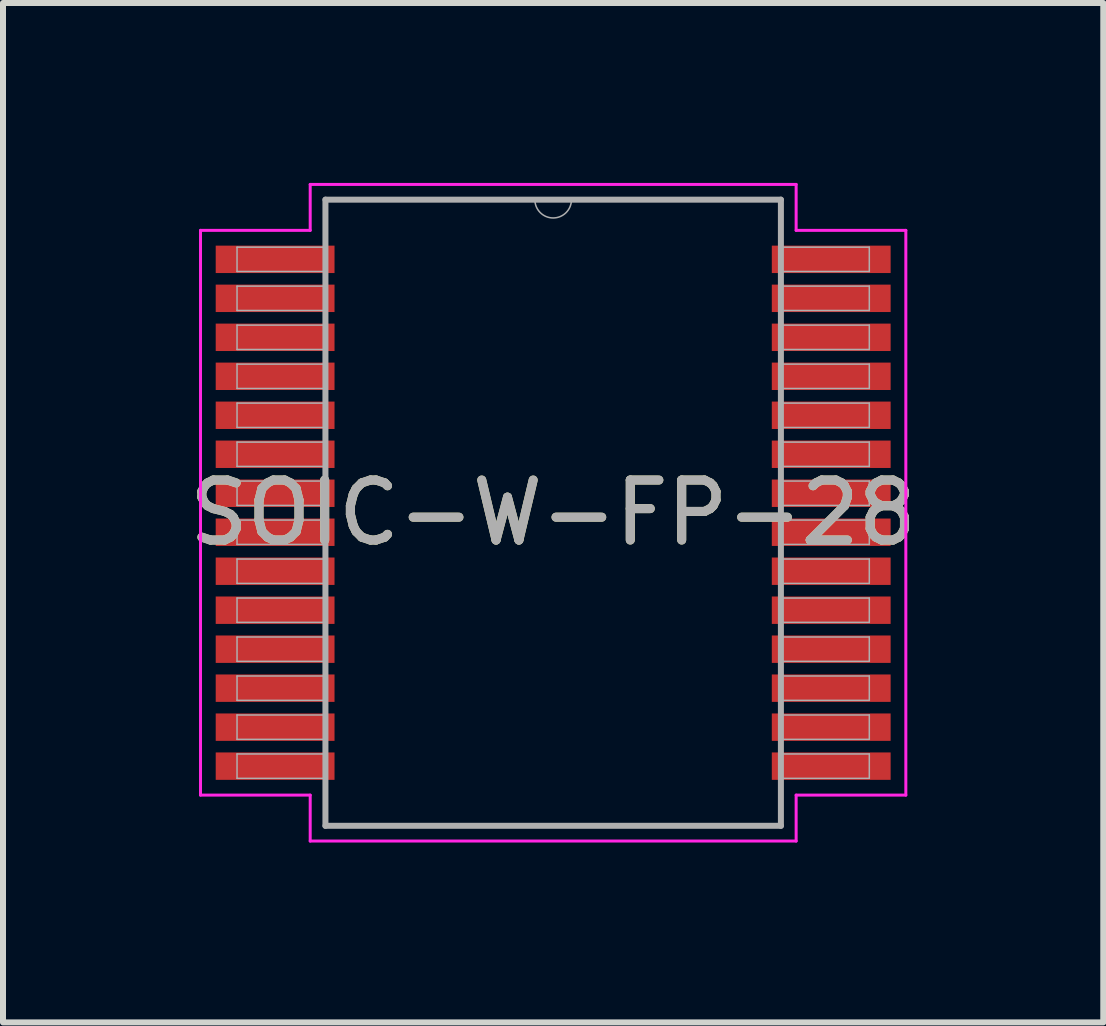
<source format=kicad_pcb>
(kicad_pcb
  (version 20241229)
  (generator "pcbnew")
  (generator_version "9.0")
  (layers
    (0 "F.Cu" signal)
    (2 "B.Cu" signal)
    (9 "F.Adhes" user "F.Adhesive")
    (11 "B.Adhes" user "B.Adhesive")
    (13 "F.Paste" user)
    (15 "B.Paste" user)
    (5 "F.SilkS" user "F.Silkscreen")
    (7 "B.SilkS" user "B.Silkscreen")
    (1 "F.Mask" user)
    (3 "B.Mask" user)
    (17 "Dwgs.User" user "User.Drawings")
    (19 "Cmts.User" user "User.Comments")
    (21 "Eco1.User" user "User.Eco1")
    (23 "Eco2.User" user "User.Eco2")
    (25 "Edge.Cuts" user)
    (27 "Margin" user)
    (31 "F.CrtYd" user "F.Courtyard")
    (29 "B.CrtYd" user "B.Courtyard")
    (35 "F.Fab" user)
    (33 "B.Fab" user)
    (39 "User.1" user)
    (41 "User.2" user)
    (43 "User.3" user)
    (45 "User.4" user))
  (footprint "SOIC-W-FP-28"
    (layer "F.Cu")
    (at 6.173 5.499)
    (property "Reference" "SOIC-W-FP-28" (at 0 0 0) (unlocked yes) (layer "F.SilkS") (effects (font (size 1 1) (thickness 0.15))))
    (attr smd)
    (fp_line (start -5.88 -4.708) (end -4.051 -4.708) (stroke (width 0.05) (type solid)) (layer "F.CrtYd"))
    (fp_line (start -5.88 4.708) (end -5.88 -4.708) (stroke (width 0.05) (type solid)) (layer "F.CrtYd"))
    (fp_line (start -5.88 4.708) (end -4.051 4.708) (stroke (width 0.05) (type solid)) (layer "F.CrtYd"))
    (fp_line (start -4.051 -5.474) (end 4.051 -5.474) (stroke (width 0.05) (type solid)) (layer "F.CrtYd"))
    (fp_line (start -4.051 -4.708) (end -4.051 -5.474) (stroke (width 0.05) (type solid)) (layer "F.CrtYd"))
    (fp_line (start -4.051 5.474) (end -4.051 4.708) (stroke (width 0.05) (type solid)) (layer "F.CrtYd"))
    (fp_line (start 4.051 -5.474) (end 4.051 -4.708) (stroke (width 0.05) (type solid)) (layer "F.CrtYd"))
    (fp_line (start 4.051 4.708) (end 4.051 5.474) (stroke (width 0.05) (type solid)) (layer "F.CrtYd"))
    (fp_line (start 4.051 5.474) (end -4.051 5.474) (stroke (width 0.05) (type solid)) (layer "F.CrtYd"))
    (fp_line (start 5.88 -4.708) (end 4.051 -4.708) (stroke (width 0.05) (type solid)) (layer "F.CrtYd"))
    (fp_line (start 5.88 -4.708) (end 5.88 4.708) (stroke (width 0.05) (type solid)) (layer "F.CrtYd"))
    (fp_line (start 5.88 4.708) (end 4.051 4.708) (stroke (width 0.05) (type solid)) (layer "F.CrtYd"))
    (fp_line (start -5.271 -4.428) (end -5.271 -4.022) (stroke (width 0.025) (type solid)) (layer "F.Fab"))
    (fp_line (start -5.271 -4.022) (end -3.797 -4.022) (stroke (width 0.025) (type solid)) (layer "F.Fab"))
    (fp_line (start -5.271 -3.778) (end -5.271 -3.372) (stroke (width 0.025) (type solid)) (layer "F.Fab"))
    (fp_line (start -5.271 -3.372) (end -3.797 -3.372) (stroke (width 0.025) (type solid)) (layer "F.Fab"))
    (fp_line (start -5.271 -3.128) (end -5.271 -2.722) (stroke (width 0.025) (type solid)) (layer "F.Fab"))
    (fp_line (start -5.271 -2.722) (end -3.797 -2.722) (stroke (width 0.025) (type solid)) (layer "F.Fab"))
    (fp_line (start -5.271 -2.478) (end -5.271 -2.072) (stroke (width 0.025) (type solid)) (layer "F.Fab"))
    (fp_line (start -5.271 -2.072) (end -3.797 -2.072) (stroke (width 0.025) (type solid)) (layer "F.Fab"))
    (fp_line (start -5.271 -1.828) (end -5.271 -1.422) (stroke (width 0.025) (type solid)) (layer "F.Fab"))
    (fp_line (start -5.271 -1.422) (end -3.797 -1.422) (stroke (width 0.025) (type solid)) (layer "F.Fab"))
    (fp_line (start -5.271 -1.178) (end -5.271 -0.772) (stroke (width 0.025) (type solid)) (layer "F.Fab"))
    (fp_line (start -5.271 -0.772) (end -3.797 -0.772) (stroke (width 0.025) (type solid)) (layer "F.Fab"))
    (fp_line (start -5.271 -0.528) (end -5.271 -0.122) (stroke (width 0.025) (type solid)) (layer "F.Fab"))
    (fp_line (start -5.271 -0.122) (end -3.797 -0.122) (stroke (width 0.025) (type solid)) (layer "F.Fab"))
    (fp_line (start -5.271 0.122) (end -5.271 0.528) (stroke (width 0.025) (type solid)) (layer "F.Fab"))
    (fp_line (start -5.271 0.528) (end -3.797 0.528) (stroke (width 0.025) (type solid)) (layer "F.Fab"))
    (fp_line (start -5.271 0.772) (end -5.271 1.178) (stroke (width 0.025) (type solid)) (layer "F.Fab"))
    (fp_line (start -5.271 1.178) (end -3.797 1.178) (stroke (width 0.025) (type solid)) (layer "F.Fab"))
    (fp_line (start -5.271 1.422) (end -5.271 1.828) (stroke (width 0.025) (type solid)) (layer "F.Fab"))
    (fp_line (start -5.271 1.828) (end -3.797 1.828) (stroke (width 0.025) (type solid)) (layer "F.Fab"))
    (fp_line (start -5.271 2.072) (end -5.271 2.478) (stroke (width 0.025) (type solid)) (layer "F.Fab"))
    (fp_line (start -5.271 2.478) (end -3.797 2.478) (stroke (width 0.025) (type solid)) (layer "F.Fab"))
    (fp_line (start -5.271 2.722) (end -5.271 3.128) (stroke (width 0.025) (type solid)) (layer "F.Fab"))
    (fp_line (start -5.271 3.128) (end -3.797 3.128) (stroke (width 0.025) (type solid)) (layer "F.Fab"))
    (fp_line (start -5.271 3.372) (end -5.271 3.778) (stroke (width 0.025) (type solid)) (layer "F.Fab"))
    (fp_line (start -5.271 3.778) (end -3.797 3.778) (stroke (width 0.025) (type solid)) (layer "F.Fab"))
    (fp_line (start -5.271 4.022) (end -5.271 4.428) (stroke (width 0.025) (type solid)) (layer "F.Fab"))
    (fp_line (start -5.271 4.428) (end -3.797 4.428) (stroke (width 0.025) (type solid)) (layer "F.Fab"))
    (fp_line (start -3.797 -5.22) (end -3.797 5.22) (stroke (width 0.1) (type solid)) (layer "F.Fab"))
    (fp_line (start -3.797 -4.428) (end -5.271 -4.428) (stroke (width 0.025) (type solid)) (layer "F.Fab"))
    (fp_line (start -3.797 -4.022) (end -3.797 -4.428) (stroke (width 0.025) (type solid)) (layer "F.Fab"))
    (fp_line (start -3.797 -3.778) (end -5.271 -3.778) (stroke (width 0.025) (type solid)) (layer "F.Fab"))
    (fp_line (start -3.797 -3.372) (end -3.797 -3.778) (stroke (width 0.025) (type solid)) (layer "F.Fab"))
    (fp_line (start -3.797 -3.128) (end -5.271 -3.128) (stroke (width 0.025) (type solid)) (layer "F.Fab"))
    (fp_line (start -3.797 -2.722) (end -3.797 -3.128) (stroke (width 0.025) (type solid)) (layer "F.Fab"))
    (fp_line (start -3.797 -2.478) (end -5.271 -2.478) (stroke (width 0.025) (type solid)) (layer "F.Fab"))
    (fp_line (start -3.797 -2.072) (end -3.797 -2.478) (stroke (width 0.025) (type solid)) (layer "F.Fab"))
    (fp_line (start -3.797 -1.828) (end -5.271 -1.828) (stroke (width 0.025) (type solid)) (layer "F.Fab"))
    (fp_line (start -3.797 -1.422) (end -3.797 -1.828) (stroke (width 0.025) (type solid)) (layer "F.Fab"))
    (fp_line (start -3.797 -1.178) (end -5.271 -1.178) (stroke (width 0.025) (type solid)) (layer "F.Fab"))
    (fp_line (start -3.797 -0.772) (end -3.797 -1.178) (stroke (width 0.025) (type solid)) (layer "F.Fab"))
    (fp_line (start -3.797 -0.528) (end -5.271 -0.528) (stroke (width 0.025) (type solid)) (layer "F.Fab"))
    (fp_line (start -3.797 -0.122) (end -3.797 -0.528) (stroke (width 0.025) (type solid)) (layer "F.Fab"))
    (fp_line (start -3.797 0.122) (end -5.271 0.122) (stroke (width 0.025) (type solid)) (layer "F.Fab"))
    (fp_line (start -3.797 0.528) (end -3.797 0.122) (stroke (width 0.025) (type solid)) (layer "F.Fab"))
    (fp_line (start -3.797 0.772) (end -5.271 0.772) (stroke (width 0.025) (type solid)) (layer "F.Fab"))
    (fp_line (start -3.797 1.178) (end -3.797 0.772) (stroke (width 0.025) (type solid)) (layer "F.Fab"))
    (fp_line (start -3.797 1.422) (end -5.271 1.422) (stroke (width 0.025) (type solid)) (layer "F.Fab"))
    (fp_line (start -3.797 1.828) (end -3.797 1.422) (stroke (width 0.025) (type solid)) (layer "F.Fab"))
    (fp_line (start -3.797 2.072) (end -5.271 2.072) (stroke (width 0.025) (type solid)) (layer "F.Fab"))
    (fp_line (start -3.797 2.478) (end -3.797 2.072) (stroke (width 0.025) (type solid)) (layer "F.Fab"))
    (fp_line (start -3.797 2.722) (end -5.271 2.722) (stroke (width 0.025) (type solid)) (layer "F.Fab"))
    (fp_line (start -3.797 3.128) (end -3.797 2.722) (stroke (width 0.025) (type solid)) (layer "F.Fab"))
    (fp_line (start -3.797 3.372) (end -5.271 3.372) (stroke (width 0.025) (type solid)) (layer "F.Fab"))
    (fp_line (start -3.797 3.778) (end -3.797 3.372) (stroke (width 0.025) (type solid)) (layer "F.Fab"))
    (fp_line (start -3.797 4.022) (end -5.271 4.022) (stroke (width 0.025) (type solid)) (layer "F.Fab"))
    (fp_line (start -3.797 4.428) (end -3.797 4.022) (stroke (width 0.025) (type solid)) (layer "F.Fab"))
    (fp_line (start -3.797 5.22) (end 3.797 5.22) (stroke (width 0.1) (type solid)) (layer "F.Fab"))
    (fp_line (start 3.797 -5.22) (end -3.797 -5.22) (stroke (width 0.1) (type solid)) (layer "F.Fab"))
    (fp_line (start 3.797 -4.428) (end 3.797 -4.022) (stroke (width 0.025) (type solid)) (layer "F.Fab"))
    (fp_line (start 3.797 -4.022) (end 5.271 -4.022) (stroke (width 0.025) (type solid)) (layer "F.Fab"))
    (fp_line (start 3.797 -3.778) (end 3.797 -3.372) (stroke (width 0.025) (type solid)) (layer "F.Fab"))
    (fp_line (start 3.797 -3.372) (end 5.271 -3.372) (stroke (width 0.025) (type solid)) (layer "F.Fab"))
    (fp_line (start 3.797 -3.128) (end 3.797 -2.722) (stroke (width 0.025) (type solid)) (layer "F.Fab"))
    (fp_line (start 3.797 -2.722) (end 5.271 -2.722) (stroke (width 0.025) (type solid)) (layer "F.Fab"))
    (fp_line (start 3.797 -2.478) (end 3.797 -2.072) (stroke (width 0.025) (type solid)) (layer "F.Fab"))
    (fp_line (start 3.797 -2.072) (end 5.271 -2.072) (stroke (width 0.025) (type solid)) (layer "F.Fab"))
    (fp_line (start 3.797 -1.828) (end 3.797 -1.422) (stroke (width 0.025) (type solid)) (layer "F.Fab"))
    (fp_line (start 3.797 -1.422) (end 5.271 -1.422) (stroke (width 0.025) (type solid)) (layer "F.Fab"))
    (fp_line (start 3.797 -1.178) (end 3.797 -0.772) (stroke (width 0.025) (type solid)) (layer "F.Fab"))
    (fp_line (start 3.797 -0.772) (end 5.271 -0.772) (stroke (width 0.025) (type solid)) (layer "F.Fab"))
    (fp_line (start 3.797 -0.528) (end 3.797 -0.122) (stroke (width 0.025) (type solid)) (layer "F.Fab"))
    (fp_line (start 3.797 -0.122) (end 5.271 -0.122) (stroke (width 0.025) (type solid)) (layer "F.Fab"))
    (fp_line (start 3.797 0.122) (end 3.797 0.528) (stroke (width 0.025) (type solid)) (layer "F.Fab"))
    (fp_line (start 3.797 0.528) (end 5.271 0.528) (stroke (width 0.025) (type solid)) (layer "F.Fab"))
    (fp_line (start 3.797 0.772) (end 3.797 1.178) (stroke (width 0.025) (type solid)) (layer "F.Fab"))
    (fp_line (start 3.797 1.178) (end 5.271 1.178) (stroke (width 0.025) (type solid)) (layer "F.Fab"))
    (fp_line (start 3.797 1.422) (end 3.797 1.828) (stroke (width 0.025) (type solid)) (layer "F.Fab"))
    (fp_line (start 3.797 1.828) (end 5.271 1.828) (stroke (width 0.025) (type solid)) (layer "F.Fab"))
    (fp_line (start 3.797 2.072) (end 3.797 2.478) (stroke (width 0.025) (type solid)) (layer "F.Fab"))
    (fp_line (start 3.797 2.478) (end 5.271 2.478) (stroke (width 0.025) (type solid)) (layer "F.Fab"))
    (fp_line (start 3.797 2.722) (end 3.797 3.128) (stroke (width 0.025) (type solid)) (layer "F.Fab"))
    (fp_line (start 3.797 3.128) (end 5.271 3.128) (stroke (width 0.025) (type solid)) (layer "F.Fab"))
    (fp_line (start 3.797 3.372) (end 3.797 3.778) (stroke (width 0.025) (type solid)) (layer "F.Fab"))
    (fp_line (start 3.797 3.778) (end 5.271 3.778) (stroke (width 0.025) (type solid)) (layer "F.Fab"))
    (fp_line (start 3.797 4.022) (end 3.797 4.428) (stroke (width 0.025) (type solid)) (layer "F.Fab"))
    (fp_line (start 3.797 4.428) (end 5.271 4.428) (stroke (width 0.025) (type solid)) (layer "F.Fab"))
    (fp_line (start 3.797 5.22) (end 3.797 -5.22) (stroke (width 0.1) (type solid)) (layer "F.Fab"))
    (fp_line (start 5.271 -4.428) (end 3.797 -4.428) (stroke (width 0.025) (type solid)) (layer "F.Fab"))
    (fp_line (start 5.271 -4.022) (end 5.271 -4.428) (stroke (width 0.025) (type solid)) (layer "F.Fab"))
    (fp_line (start 5.271 -3.778) (end 3.797 -3.778) (stroke (width 0.025) (type solid)) (layer "F.Fab"))
    (fp_line (start 5.271 -3.372) (end 5.271 -3.778) (stroke (width 0.025) (type solid)) (layer "F.Fab"))
    (fp_line (start 5.271 -3.128) (end 3.797 -3.128) (stroke (width 0.025) (type solid)) (layer "F.Fab"))
    (fp_line (start 5.271 -2.722) (end 5.271 -3.128) (stroke (width 0.025) (type solid)) (layer "F.Fab"))
    (fp_line (start 5.271 -2.478) (end 3.797 -2.478) (stroke (width 0.025) (type solid)) (layer "F.Fab"))
    (fp_line (start 5.271 -2.072) (end 5.271 -2.478) (stroke (width 0.025) (type solid)) (layer "F.Fab"))
    (fp_line (start 5.271 -1.828) (end 3.797 -1.828) (stroke (width 0.025) (type solid)) (layer "F.Fab"))
    (fp_line (start 5.271 -1.422) (end 5.271 -1.828) (stroke (width 0.025) (type solid)) (layer "F.Fab"))
    (fp_line (start 5.271 -1.178) (end 3.797 -1.178) (stroke (width 0.025) (type solid)) (layer "F.Fab"))
    (fp_line (start 5.271 -0.772) (end 5.271 -1.178) (stroke (width 0.025) (type solid)) (layer "F.Fab"))
    (fp_line (start 5.271 -0.528) (end 3.797 -0.528) (stroke (width 0.025) (type solid)) (layer "F.Fab"))
    (fp_line (start 5.271 -0.122) (end 5.271 -0.528) (stroke (width 0.025) (type solid)) (layer "F.Fab"))
    (fp_line (start 5.271 0.122) (end 3.797 0.122) (stroke (width 0.025) (type solid)) (layer "F.Fab"))
    (fp_line (start 5.271 0.528) (end 5.271 0.122) (stroke (width 0.025) (type solid)) (layer "F.Fab"))
    (fp_line (start 5.271 0.772) (end 3.797 0.772) (stroke (width 0.025) (type solid)) (layer "F.Fab"))
    (fp_line (start 5.271 1.178) (end 5.271 0.772) (stroke (width 0.025) (type solid)) (layer "F.Fab"))
    (fp_line (start 5.271 1.422) (end 3.797 1.422) (stroke (width 0.025) (type solid)) (layer "F.Fab"))
    (fp_line (start 5.271 1.828) (end 5.271 1.422) (stroke (width 0.025) (type solid)) (layer "F.Fab"))
    (fp_line (start 5.271 2.072) (end 3.797 2.072) (stroke (width 0.025) (type solid)) (layer "F.Fab"))
    (fp_line (start 5.271 2.478) (end 5.271 2.072) (stroke (width 0.025) (type solid)) (layer "F.Fab"))
    (fp_line (start 5.271 2.722) (end 3.797 2.722) (stroke (width 0.025) (type solid)) (layer "F.Fab"))
    (fp_line (start 5.271 3.128) (end 5.271 2.722) (stroke (width 0.025) (type solid)) (layer "F.Fab"))
    (fp_line (start 5.271 3.372) (end 3.797 3.372) (stroke (width 0.025) (type solid)) (layer "F.Fab"))
    (fp_line (start 5.271 3.778) (end 5.271 3.372) (stroke (width 0.025) (type solid)) (layer "F.Fab"))
    (fp_line (start 5.271 4.022) (end 3.797 4.022) (stroke (width 0.025) (type solid)) (layer "F.Fab"))
    (fp_line (start 5.271 4.428) (end 5.271 4.022) (stroke (width 0.025) (type solid)) (layer "F.Fab"))
    (fp_arc (start 0.3048 -5.2197) (mid 0 -4.9149) (end -0.3048 -5.2197) (stroke (width 0.0254) (type solid)) (layer "F.Fab"))
    (fp_text user "${REFERENCE}" (at 0 0 0) (unlocked yes) (layer "F.Fab") (effects (font (size 1 1) (thickness 0.15))))
    (pad "1" smd rect (at -4.636 -4.225) (size 1.981 0.457) (layers "F.Cu" "F.Mask" "F.Paste"))
    (pad "2" smd rect (at -4.636 -3.575) (size 1.981 0.457) (layers "F.Cu" "F.Mask" "F.Paste"))
    (pad "3" smd rect (at -4.636 -2.925) (size 1.981 0.457) (layers "F.Cu" "F.Mask" "F.Paste"))
    (pad "4" smd rect (at -4.636 -2.275) (size 1.981 0.457) (layers "F.Cu" "F.Mask" "F.Paste"))
    (pad "5" smd rect (at -4.636 -1.625) (size 1.981 0.457) (layers "F.Cu" "F.Mask" "F.Paste"))
    (pad "6" smd rect (at -4.636 -0.975) (size 1.981 0.457) (layers "F.Cu" "F.Mask" "F.Paste"))
    (pad "7" smd rect (at -4.636 -0.325) (size 1.981 0.457) (layers "F.Cu" "F.Mask" "F.Paste"))
    (pad "8" smd rect (at -4.636 0.325) (size 1.981 0.457) (layers "F.Cu" "F.Mask" "F.Paste"))
    (pad "9" smd rect (at -4.636 0.975) (size 1.981 0.457) (layers "F.Cu" "F.Mask" "F.Paste"))
    (pad "10" smd rect (at -4.636 1.625) (size 1.981 0.457) (layers "F.Cu" "F.Mask" "F.Paste"))
    (pad "11" smd rect (at -4.636 2.275) (size 1.981 0.457) (layers "F.Cu" "F.Mask" "F.Paste"))
    (pad "12" smd rect (at -4.636 2.925) (size 1.981 0.457) (layers "F.Cu" "F.Mask" "F.Paste"))
    (pad "13" smd rect (at -4.636 3.575) (size 1.981 0.457) (layers "F.Cu" "F.Mask" "F.Paste"))
    (pad "14" smd rect (at -4.636 4.225) (size 1.981 0.457) (layers "F.Cu" "F.Mask" "F.Paste"))
    (pad "15" smd rect (at 4.636 4.225) (size 1.981 0.457) (layers "F.Cu" "F.Mask" "F.Paste"))
    (pad "16" smd rect (at 4.636 3.575) (size 1.981 0.457) (layers "F.Cu" "F.Mask" "F.Paste"))
    (pad "17" smd rect (at 4.636 2.925) (size 1.981 0.457) (layers "F.Cu" "F.Mask" "F.Paste"))
    (pad "18" smd rect (at 4.636 2.275) (size 1.981 0.457) (layers "F.Cu" "F.Mask" "F.Paste"))
    (pad "19" smd rect (at 4.636 1.625) (size 1.981 0.457) (layers "F.Cu" "F.Mask" "F.Paste"))
    (pad "20" smd rect (at 4.636 0.975) (size 1.981 0.457) (layers "F.Cu" "F.Mask" "F.Paste"))
    (pad "21" smd rect (at 4.636 0.325) (size 1.981 0.457) (layers "F.Cu" "F.Mask" "F.Paste"))
    (pad "22" smd rect (at 4.636 -0.325) (size 1.981 0.457) (layers "F.Cu" "F.Mask" "F.Paste"))
    (pad "23" smd rect (at 4.636 -0.975) (size 1.981 0.457) (layers "F.Cu" "F.Mask" "F.Paste"))
    (pad "24" smd rect (at 4.636 -1.625) (size 1.981 0.457) (layers "F.Cu" "F.Mask" "F.Paste"))
    (pad "25" smd rect (at 4.636 -2.275) (size 1.981 0.457) (layers "F.Cu" "F.Mask" "F.Paste"))
    (pad "26" smd rect (at 4.636 -2.925) (size 1.981 0.457) (layers "F.Cu" "F.Mask" "F.Paste"))
    (pad "27" smd rect (at 4.636 -3.575) (size 1.981 0.457) (layers "F.Cu" "F.Mask" "F.Paste"))
    (pad "28" smd rect (at 4.636 -4.225) (size 1.981 0.457) (layers "F.Cu" "F.Mask" "F.Paste")))
  (gr_rect
    (start -3 -3)
    (end 15.345 13.997)
    (stroke (width 0.1) (type default))
    (fill no)
    (layer "Edge.Cuts")))
</source>
